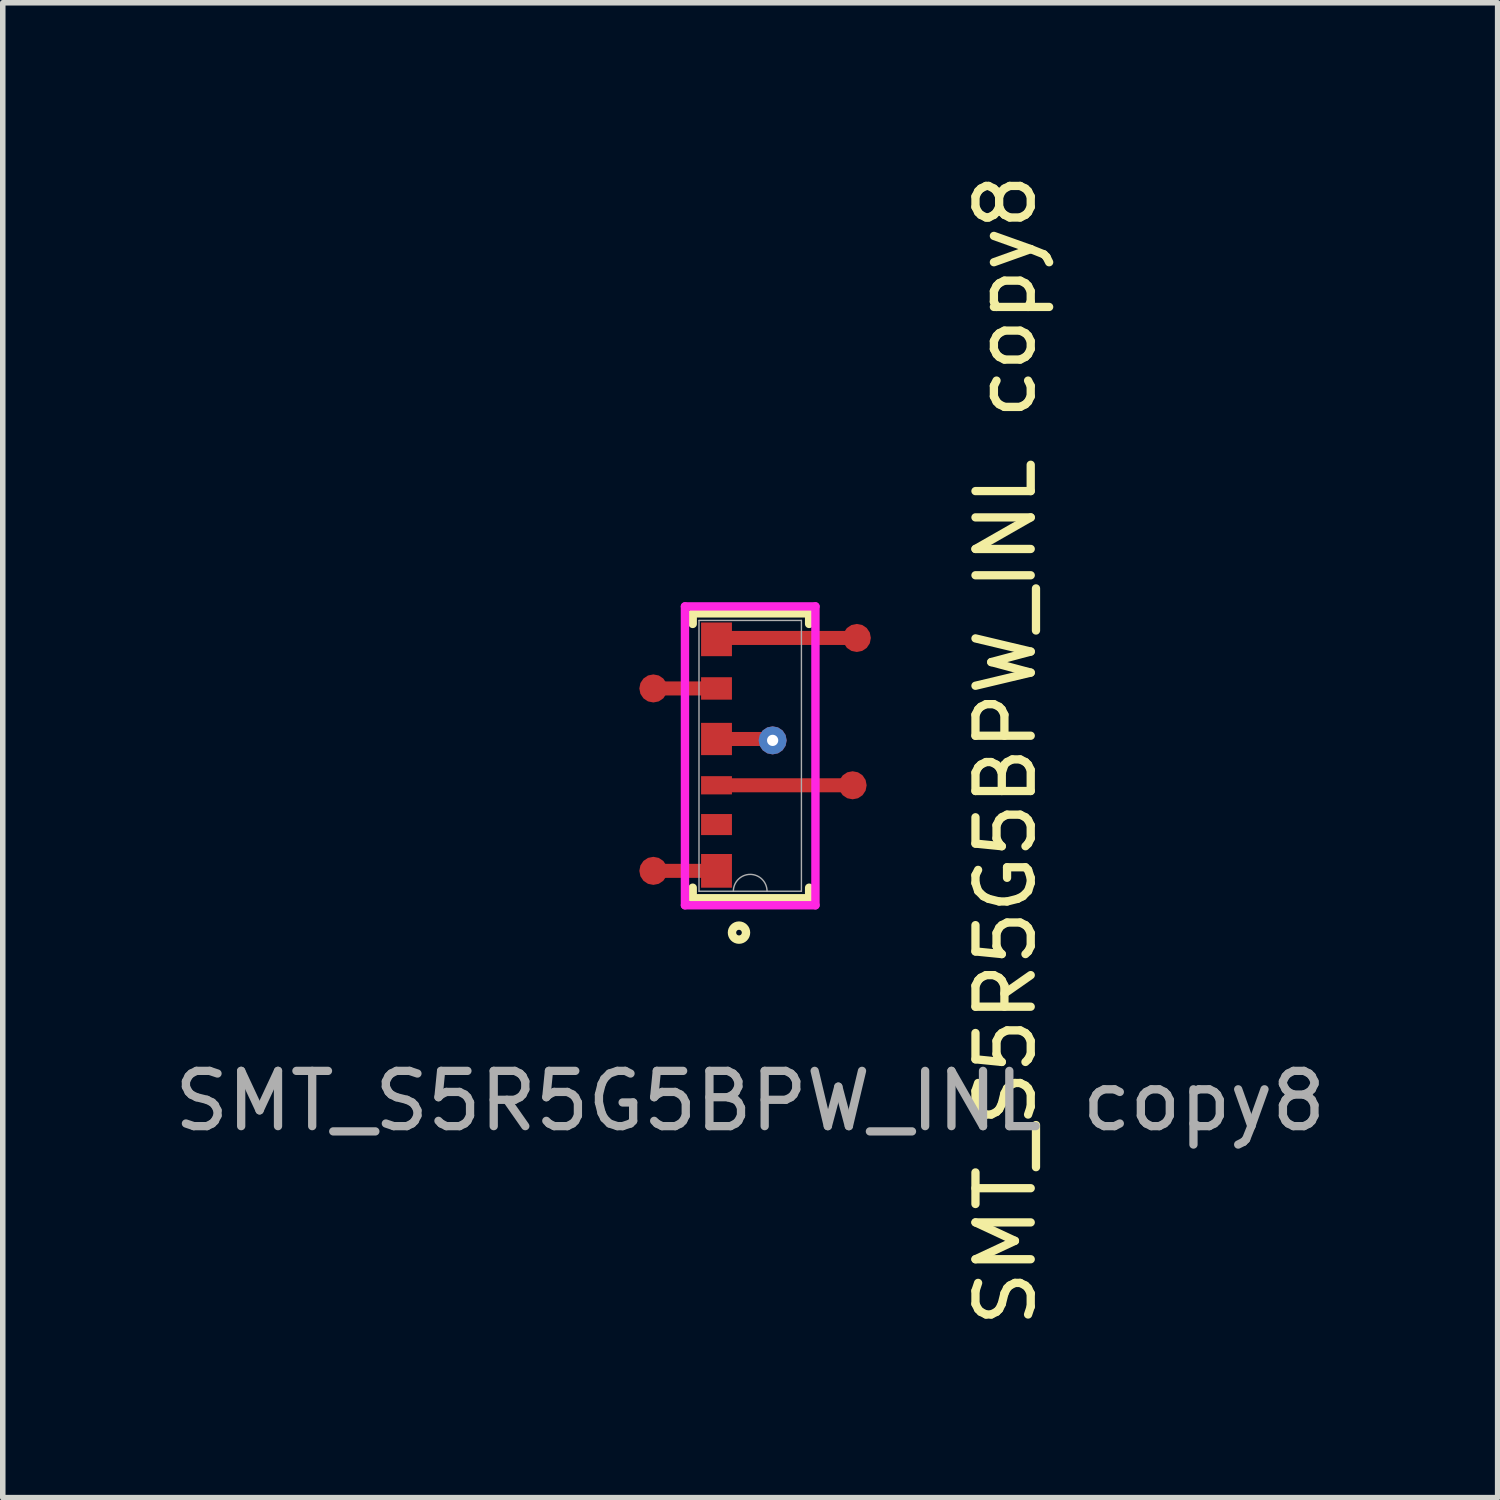
<source format=kicad_pcb>
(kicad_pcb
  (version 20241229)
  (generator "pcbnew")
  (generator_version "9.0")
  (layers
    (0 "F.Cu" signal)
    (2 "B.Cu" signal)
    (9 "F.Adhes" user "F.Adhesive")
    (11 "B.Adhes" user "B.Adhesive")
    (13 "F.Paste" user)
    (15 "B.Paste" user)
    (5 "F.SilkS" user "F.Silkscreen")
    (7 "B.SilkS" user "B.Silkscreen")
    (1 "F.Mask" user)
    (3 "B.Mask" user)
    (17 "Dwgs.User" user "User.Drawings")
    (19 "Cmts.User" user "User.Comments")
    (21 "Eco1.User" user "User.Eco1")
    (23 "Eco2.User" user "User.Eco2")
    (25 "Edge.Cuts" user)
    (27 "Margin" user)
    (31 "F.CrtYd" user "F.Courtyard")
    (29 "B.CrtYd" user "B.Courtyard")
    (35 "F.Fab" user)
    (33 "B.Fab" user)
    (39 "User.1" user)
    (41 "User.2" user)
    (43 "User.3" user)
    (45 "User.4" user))
  (footprint "SMT_S5R5G5BPW_INL copy8"
    (layer "F.Cu")
    (at 10.53 10.53)
    (property "Reference" "SMT_S5R5G5BPW_INL copy8" (at 4.623 0 90) (unlocked yes) (layer "F.SilkS") (effects (font (size 1 1) (thickness 0.15))))
    (fp_line (start -1.041 -2.477) (end -1.041 -2.286) (stroke (width 0.152) (type solid)) (layer "F.SilkS"))
    (fp_line (start -1.041 2.489) (end -1.041 2.68) (stroke (width 0.152) (type solid)) (layer "F.SilkS"))
    (fp_line (start -1.041 2.68) (end 1.067 2.68) (stroke (width 0.152) (type solid)) (layer "F.SilkS"))
    (fp_line (start 1.067 -2.477) (end -1.041 -2.477) (stroke (width 0.152) (type solid)) (layer "F.SilkS"))
    (fp_line (start 1.067 -2.286) (end 1.067 -2.477) (stroke (width 0.152) (type solid)) (layer "F.SilkS"))
    (fp_line (start 1.067 2.68) (end 1.067 2.489) (stroke (width 0.152) (type solid)) (layer "F.SilkS"))
    (fp_circle (center -0.203 3.302) (end -0.076 3.302) (stroke (width 0.152) (type solid)) (fill no) (layer "F.SilkS"))
    (fp_line (start -1.181 -2.603) (end 1.181 -2.603) (stroke (width 0.152) (type solid)) (layer "F.CrtYd"))
    (fp_line (start -1.181 2.807) (end -1.181 -2.603) (stroke (width 0.152) (type solid)) (layer "F.CrtYd"))
    (fp_line (start 1.181 -2.603) (end 1.181 2.807) (stroke (width 0.152) (type solid)) (layer "F.CrtYd"))
    (fp_line (start 1.181 2.807) (end -1.181 2.807) (stroke (width 0.152) (type solid)) (layer "F.CrtYd"))
    (fp_line (start -0.927 -2.349) (end -0.927 2.553) (stroke (width 0.025) (type solid)) (layer "F.Fab"))
    (fp_line (start -0.927 2.553) (end 0.927 2.553) (stroke (width 0.025) (type solid)) (layer "F.Fab"))
    (fp_line (start 0.927 -2.349) (end -0.927 -2.349) (stroke (width 0.025) (type solid)) (layer "F.Fab"))
    (fp_line (start 0.927 2.553) (end 0.927 -2.349) (stroke (width 0.025) (type solid)) (layer "F.Fab"))
    (fp_arc (start -0.3048 2.5527) (mid 0 2.2479) (end 0.3048 2.5527) (stroke (width 0.0254) (type solid)) (layer "F.Fab"))
    (fp_text user "${REFERENCE}" (at 0 6.35 0) (unlocked yes) (layer "F.Fab") (effects (font (size 1 1) (thickness 0.15))))
    (pad "1" smd roundrect (at -1.753 2.184) (size 0.508 0.508) (layers "F.Cu" "F.Mask" "F.Paste") (roundrect_rratio 0.5))
    (pad "1" smd rect (at -1.168 2.184) (size 1.168 0.254) (layers "F.Cu" "F.Mask" "F.Paste"))
    (pad "1" smd rect (at -0.61 2.184 180) (size 0.559 0.61) (layers "F.Cu" "F.Mask" "F.Paste"))
    (pad "2" smd rect (at -0.61 1.346 180) (size 0.559 0.381) (layers "F.Cu" "F.Mask" "F.Paste"))
    (pad "3" smd rect (at -0.61 0.635 180) (size 0.559 0.33) (layers "F.Cu" "F.Mask" "F.Paste"))
    (pad "3" smd rect (at 0.61 0.635) (size 2.489 0.254) (layers "F.Cu" "F.Mask" "F.Paste"))
    (pad "3" smd roundrect (at 1.854 0.635) (size 0.508 0.508) (layers "F.Cu" "F.Mask" "F.Paste") (roundrect_rratio 0.5))
    (pad "4" smd rect (at -0.61 -0.203 180) (size 0.559 0.584) (layers "F.Cu" "F.Mask" "F.Paste"))
    (pad "4" smd rect (at -0.102 -0.203) (size 1.016 0.254) (layers "F.Cu" "F.Mask" "F.Paste"))
    (pad "4" thru_hole roundrect (at 0.406 -0.178) (size 0.508 0.508) (drill 0.203) (layers "*.Cu" "*.Mask") (roundrect_rratio 0.5))
    (pad "5" smd roundrect (at -1.753 -1.118) (size 0.508 0.508) (layers "F.Cu" "F.Mask" "F.Paste") (roundrect_rratio 0.5))
    (pad "5" smd rect (at -1.168 -1.118) (size 1.168 0.254) (layers "F.Cu" "F.Mask" "F.Paste"))
    (pad "5" smd rect (at -0.61 -1.118 180) (size 0.559 0.406) (layers "F.Cu" "F.Mask" "F.Paste"))
    (pad "6" smd rect (at -0.61 -2.007 180) (size 0.559 0.61) (layers "F.Cu" "F.Mask" "F.Paste"))
    (pad "6" smd rect (at 0.66 -2.032) (size 2.489 0.254) (layers "F.Cu" "F.Mask" "F.Paste"))
    (pad "6" smd roundrect (at 1.93 -2.032) (size 0.508 0.508) (layers "F.Cu" "F.Mask" "F.Paste") (roundrect_rratio 0.5)))
  (gr_rect
    (start -3 -3)
    (end 24.06 24.06)
    (stroke (width 0.1) (type default))
    (fill no)
    (layer "Edge.Cuts")))
</source>
